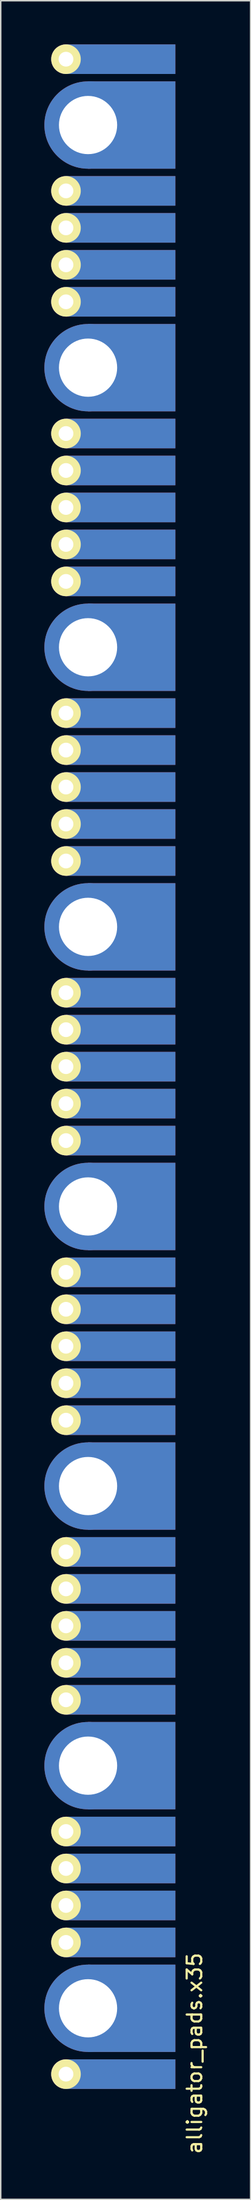
<source format=kicad_pcb>
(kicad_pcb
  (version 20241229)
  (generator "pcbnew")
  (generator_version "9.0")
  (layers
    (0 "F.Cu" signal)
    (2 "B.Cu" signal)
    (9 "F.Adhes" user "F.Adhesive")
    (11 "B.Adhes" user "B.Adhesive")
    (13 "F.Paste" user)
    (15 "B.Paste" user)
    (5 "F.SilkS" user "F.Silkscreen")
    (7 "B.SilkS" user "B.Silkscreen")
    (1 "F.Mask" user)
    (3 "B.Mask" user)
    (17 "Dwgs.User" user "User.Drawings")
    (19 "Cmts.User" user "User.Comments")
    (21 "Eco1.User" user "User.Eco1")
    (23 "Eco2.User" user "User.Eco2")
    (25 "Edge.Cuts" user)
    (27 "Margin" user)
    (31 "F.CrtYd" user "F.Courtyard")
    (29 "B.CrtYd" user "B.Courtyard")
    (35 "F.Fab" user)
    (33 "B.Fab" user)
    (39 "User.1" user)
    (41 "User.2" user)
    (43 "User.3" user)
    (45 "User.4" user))
  (footprint "alligator_pads.x35"
    (layer "F.Cu")
    (at 4.5 70.208)
    (property "Reference" "alligator_pads.x35" (at 5.822 67.804 90) (layer "F.SilkS") (effects (font (size 1 1) (thickness 0.15))))
    (attr through_hole)
    (pad "1" thru_hole circle (at -3.016 -69.192) (size 2.032 2.032) (drill 1.016) (layers "*.Cu" "*.Mask" "F.SilkS"))
    (pad "1" thru_hole circle (at -3.016 -60.144) (size 2.032 2.032) (drill 1.016) (layers "*.Cu" "*.Mask" "F.SilkS"))
    (pad "1" thru_hole circle (at -1.5 -64.668) (size 6 6) (drill 4) (layers "*.Cu" "*.Mask"))
    (pad "1" smd rect (at 0.742 -69.192) (size 7.516 2.032) (layers "F.Cu" "F.Mask" "F.Paste"))
    (pad "1" smd rect (at 0.742 -69.192) (size 7.516 2.032) (layers "F.Mask" "B.Cu" "F.Paste"))
    (pad "1" smd rect (at 0.742 -60.144) (size 7.516 2.032) (layers "F.Cu" "F.Mask" "F.Paste"))
    (pad "1" smd rect (at 0.742 -60.144) (size 7.516 2.032) (layers "F.Mask" "B.Cu" "F.Paste"))
    (pad "1" smd rect (at 1.5 -64.668) (size 6 6) (layers "F.Cu" "F.Mask" "F.Paste"))
    (pad "1" smd rect (at 1.5 -64.668) (size 6 6) (layers "F.Mask" "B.Cu" "F.Paste"))
    (pad "2" thru_hole circle (at -3.016 -57.604) (size 2.032 2.032) (drill 1.016) (layers "*.Cu" "*.Mask" "F.SilkS"))
    (pad "2" smd rect (at 0.742 -57.604) (size 7.516 2.032) (layers "F.Cu" "F.Mask" "F.Paste"))
    (pad "2" smd rect (at 0.742 -57.604) (size 7.516 2.032) (layers "F.Mask" "B.Cu" "F.Paste"))
    (pad "3" thru_hole circle (at -3.016 -55.064) (size 2.032 2.032) (drill 1.016) (layers "*.Cu" "*.Mask" "F.SilkS"))
    (pad "3" smd rect (at 0.742 -55.064) (size 7.516 2.032) (layers "F.Cu" "F.Mask" "F.Paste"))
    (pad "3" smd rect (at 0.742 -55.064) (size 7.516 2.032) (layers "F.Mask" "B.Cu" "F.Paste"))
    (pad "4" thru_hole circle (at -3.016 -52.524) (size 2.032 2.032) (drill 1.016) (layers "*.Cu" "*.Mask" "F.SilkS"))
    (pad "4" thru_hole circle (at -3.016 -43.476) (size 2.032 2.032) (drill 1.016) (layers "*.Cu" "*.Mask" "F.SilkS"))
    (pad "4" thru_hole circle (at -1.5 -48) (size 6 6) (drill 4) (layers "*.Cu" "*.Mask"))
    (pad "4" smd rect (at 0.742 -52.524) (size 7.516 2.032) (layers "F.Cu" "F.Mask" "F.Paste"))
    (pad "4" smd rect (at 0.742 -52.524) (size 7.516 2.032) (layers "F.Mask" "B.Cu" "F.Paste"))
    (pad "4" smd rect (at 0.742 -43.476) (size 7.516 2.032) (layers "F.Cu" "F.Mask" "F.Paste"))
    (pad "4" smd rect (at 0.742 -43.476) (size 7.516 2.032) (layers "F.Mask" "B.Cu" "F.Paste"))
    (pad "4" smd rect (at 1.5 -48) (size 6 6) (layers "F.Cu" "F.Mask" "F.Paste"))
    (pad "4" smd rect (at 1.5 -48) (size 6 6) (layers "F.Mask" "B.Cu" "F.Paste"))
    (pad "5" thru_hole circle (at -3.016 -40.936) (size 2.032 2.032) (drill 1.016) (layers "*.Cu" "*.Mask" "F.SilkS"))
    (pad "5" smd rect (at 0.742 -40.936) (size 7.516 2.032) (layers "F.Cu" "F.Mask" "F.Paste"))
    (pad "5" smd rect (at 0.742 -40.936) (size 7.516 2.032) (layers "F.Mask" "B.Cu" "F.Paste"))
    (pad "6" thru_hole circle (at -3.016 -38.396) (size 2.032 2.032) (drill 1.016) (layers "*.Cu" "*.Mask" "F.SilkS"))
    (pad "6" smd rect (at 0.742 -38.396) (size 7.516 2.032) (layers "F.Cu" "F.Mask" "F.Paste"))
    (pad "6" smd rect (at 0.742 -38.396) (size 7.516 2.032) (layers "F.Mask" "B.Cu" "F.Paste"))
    (pad "7" thru_hole circle (at -3.016 -35.856) (size 2.032 2.032) (drill 1.016) (layers "*.Cu" "*.Mask" "F.SilkS"))
    (pad "7" thru_hole circle (at -3.016 -33.316) (size 2.032 2.032) (drill 1.016) (layers "*.Cu" "*.Mask" "F.SilkS"))
    (pad "7" smd rect (at 0.742 -35.856) (size 7.516 2.032) (layers "F.Cu" "F.Mask" "F.Paste"))
    (pad "7" smd rect (at 0.742 -35.856) (size 7.516 2.032) (layers "F.Mask" "B.Cu" "F.Paste"))
    (pad "8" thru_hole circle (at -3.016 -24.268) (size 2.032 2.032) (drill 1.016) (layers "*.Cu" "*.Mask" "F.SilkS"))
    (pad "8" thru_hole circle (at -1.5 -28.792) (size 6 6) (drill 4) (layers "*.Cu" "*.Mask"))
    (pad "8" smd rect (at 0.742 -33.316) (size 7.516 2.032) (layers "F.Cu" "F.Mask" "F.Paste"))
    (pad "8" smd rect (at 0.742 -33.316) (size 7.516 2.032) (layers "F.Mask" "B.Cu" "F.Paste"))
    (pad "8" smd rect (at 0.742 -24.268) (size 7.516 2.032) (layers "F.Cu" "F.Mask" "F.Paste"))
    (pad "8" smd rect (at 0.742 -24.268) (size 7.516 2.032) (layers "F.Mask" "B.Cu" "F.Paste"))
    (pad "8" smd rect (at 1.5 -28.792) (size 6 6) (layers "F.Cu" "F.Mask" "F.Paste"))
    (pad "8" smd rect (at 1.5 -28.792) (size 6 6) (layers "F.Mask" "B.Cu" "F.Paste"))
    (pad "9" thru_hole circle (at -3.016 -21.728) (size 2.032 2.032) (drill 1.016) (layers "*.Cu" "*.Mask" "F.SilkS"))
    (pad "9" smd rect (at 0.742 -21.728) (size 7.516 2.032) (layers "F.Cu" "F.Mask" "F.Paste"))
    (pad "9" smd rect (at 0.742 -21.728) (size 7.516 2.032) (layers "F.Mask" "B.Cu" "F.Paste"))
    (pad "10" thru_hole circle (at -3.016 -19.188) (size 2.032 2.032) (drill 1.016) (layers "*.Cu" "*.Mask" "F.SilkS"))
    (pad "10" smd rect (at 0.742 -19.188) (size 7.516 2.032) (layers "F.Cu" "F.Mask" "F.Paste"))
    (pad "10" smd rect (at 0.742 -19.188) (size 7.516 2.032) (layers "F.Mask" "B.Cu" "F.Paste"))
    (pad "11" thru_hole circle (at -3.016 -16.648) (size 2.032 2.032) (drill 1.016) (layers "*.Cu" "*.Mask" "F.SilkS"))
    (pad "11" smd rect (at 0.742 -16.648) (size 7.516 2.032) (layers "F.Cu" "F.Mask" "F.Paste"))
    (pad "11" smd rect (at 0.742 -16.648) (size 7.516 2.032) (layers "F.Mask" "B.Cu" "F.Paste"))
    (pad "12" thru_hole circle (at -3.016 -14.108) (size 2.032 2.032) (drill 1.016) (layers "*.Cu" "*.Mask" "F.SilkS"))
    (pad "12" smd rect (at 0.742 -14.108) (size 7.516 2.032) (layers "F.Cu" "F.Mask" "F.Paste"))
    (pad "12" smd rect (at 0.742 -14.108) (size 7.516 2.032) (layers "F.Mask" "B.Cu" "F.Paste"))
    (pad "13" thru_hole circle (at -1.5 -9.584) (size 6 6) (drill 4) (layers "*.Cu" "*.Mask"))
    (pad "13" smd rect (at 1.5 -9.584) (size 6 6) (layers "F.Cu" "F.Mask" "F.Paste"))
    (pad "13" smd rect (at 1.5 -9.584) (size 6 6) (layers "F.Mask" "B.Cu" "F.Paste"))
    (pad "14" thru_hole circle (at -3.016 -5.06) (size 2.032 2.032) (drill 1.016) (layers "*.Cu" "*.Mask" "F.SilkS"))
    (pad "14" smd rect (at 0.742 -5.06) (size 7.516 2.032) (layers "F.Cu" "F.Mask" "F.Paste"))
    (pad "14" smd rect (at 0.742 -5.06) (size 7.516 2.032) (layers "F.Mask" "B.Cu" "F.Paste"))
    (pad "15" thru_hole circle (at -3.016 -2.52) (size 2.032 2.032) (drill 1.016) (layers "*.Cu" "*.Mask" "F.SilkS"))
    (pad "15" smd rect (at 0.742 -2.52) (size 7.516 2.032) (layers "F.Cu" "F.Mask" "F.Paste"))
    (pad "15" smd rect (at 0.742 -2.52) (size 7.516 2.032) (layers "F.Mask" "B.Cu" "F.Paste"))
    (pad "16" thru_hole circle (at -3.016 0.02) (size 2.032 2.032) (drill 1.016) (layers "*.Cu" "*.Mask" "F.SilkS"))
    (pad "16" smd rect (at 0.742 0.02) (size 7.516 2.032) (layers "F.Cu" "F.Mask" "F.Paste"))
    (pad "16" smd rect (at 0.742 0.02) (size 7.516 2.032) (layers "F.Mask" "B.Cu" "F.Paste"))
    (pad "17" thru_hole circle (at -3.016 2.56) (size 2.032 2.032) (drill 1.016) (layers "*.Cu" "*.Mask" "F.SilkS"))
    (pad "17" smd rect (at 0.742 2.56) (size 7.516 2.032) (layers "F.Cu" "F.Mask" "F.Paste"))
    (pad "17" smd rect (at 0.742 2.56) (size 7.516 2.032) (layers "F.Mask" "B.Cu" "F.Paste"))
    (pad "18" thru_hole circle (at -3.016 5.1) (size 2.032 2.032) (drill 1.016) (layers "*.Cu" "*.Mask" "F.SilkS"))
    (pad "18" smd rect (at 0.742 5.1) (size 7.516 2.032) (layers "F.Cu" "F.Mask" "F.Paste"))
    (pad "18" smd rect (at 0.742 5.1) (size 7.516 2.032) (layers "F.Mask" "B.Cu" "F.Paste"))
    (pad "19" thru_hole circle (at -1.5 9.624) (size 6 6) (drill 4) (layers "*.Cu" "*.Mask"))
    (pad "19" smd rect (at 1.5 9.624) (size 6 6) (layers "F.Cu" "F.Mask" "F.Paste"))
    (pad "19" smd rect (at 1.5 9.624) (size 6 6) (layers "F.Mask" "B.Cu" "F.Paste"))
    (pad "20" thru_hole circle (at -3.016 14.148) (size 2.032 2.032) (drill 1.016) (layers "*.Cu" "*.Mask" "F.SilkS"))
    (pad "20" smd rect (at 0.742 14.148) (size 7.516 2.032) (layers "F.Cu" "F.Mask" "F.Paste"))
    (pad "20" smd rect (at 0.742 14.148) (size 7.516 2.032) (layers "F.Mask" "B.Cu" "F.Paste"))
    (pad "21" thru_hole circle (at -3.016 16.688) (size 2.032 2.032) (drill 1.016) (layers "*.Cu" "*.Mask" "F.SilkS"))
    (pad "21" smd rect (at 0.742 16.688) (size 7.516 2.032) (layers "F.Cu" "F.Mask" "F.Paste"))
    (pad "21" smd rect (at 0.742 16.688) (size 7.516 2.032) (layers "F.Mask" "B.Cu" "F.Paste"))
    (pad "22" thru_hole circle (at -3.016 19.228) (size 2.032 2.032) (drill 1.016) (layers "*.Cu" "*.Mask" "F.SilkS"))
    (pad "22" smd rect (at 0.742 19.228) (size 7.516 2.032) (layers "F.Cu" "F.Mask" "F.Paste"))
    (pad "22" smd rect (at 0.742 19.228) (size 7.516 2.032) (layers "F.Mask" "B.Cu" "F.Paste"))
    (pad "23" thru_hole circle (at -3.016 21.768) (size 2.032 2.032) (drill 1.016) (layers "*.Cu" "*.Mask" "F.SilkS"))
    (pad "23" smd rect (at 0.742 21.768) (size 7.516 2.032) (layers "F.Cu" "F.Mask" "F.Paste"))
    (pad "23" smd rect (at 0.742 21.768) (size 7.516 2.032) (layers "F.Mask" "B.Cu" "F.Paste"))
    (pad "24" thru_hole circle (at -3.016 24.308) (size 2.032 2.032) (drill 1.016) (layers "*.Cu" "*.Mask" "F.SilkS"))
    (pad "24" smd rect (at 0.742 24.308) (size 7.516 2.032) (layers "F.Cu" "F.Mask" "F.Paste"))
    (pad "24" smd rect (at 0.742 24.308) (size 7.516 2.032) (layers "F.Mask" "B.Cu" "F.Paste"))
    (pad "25" thru_hole circle (at -1.5 28.832) (size 6 6) (drill 4) (layers "*.Cu" "*.Mask"))
    (pad "25" smd rect (at 1.5 28.832) (size 6 6) (layers "F.Cu" "F.Mask" "F.Paste"))
    (pad "25" smd rect (at 1.5 28.832) (size 6 6) (layers "F.Mask" "B.Cu" "F.Paste"))
    (pad "26" thru_hole circle (at -3.016 33.356) (size 2.032 2.032) (drill 1.016) (layers "*.Cu" "*.Mask" "F.SilkS"))
    (pad "26" smd rect (at 0.742 33.356) (size 7.516 2.032) (layers "F.Cu" "F.Mask" "F.Paste"))
    (pad "26" smd rect (at 0.742 33.356) (size 7.516 2.032) (layers "F.Mask" "B.Cu" "F.Paste"))
    (pad "27" thru_hole circle (at -3.016 35.896) (size 2.032 2.032) (drill 1.016) (layers "*.Cu" "*.Mask" "F.SilkS"))
    (pad "27" smd rect (at 0.742 35.896) (size 7.516 2.032) (layers "F.Cu" "F.Mask" "F.Paste"))
    (pad "27" smd rect (at 0.742 35.896) (size 7.516 2.032) (layers "F.Mask" "B.Cu" "F.Paste"))
    (pad "28" thru_hole circle (at -3.016 38.436) (size 2.032 2.032) (drill 1.016) (layers "*.Cu" "*.Mask" "F.SilkS"))
    (pad "28" smd rect (at 0.742 38.436) (size 7.516 2.032) (layers "F.Cu" "F.Mask" "F.Paste"))
    (pad "28" smd rect (at 0.742 38.436) (size 7.516 2.032) (layers "F.Mask" "B.Cu" "F.Paste"))
    (pad "29" thru_hole circle (at -3.016 40.976) (size 2.032 2.032) (drill 1.016) (layers "*.Cu" "*.Mask" "F.SilkS"))
    (pad "29" smd rect (at 0.742 40.976) (size 7.516 2.032) (layers "F.Cu" "F.Mask" "F.Paste"))
    (pad "29" smd rect (at 0.742 40.976) (size 7.516 2.032) (layers "F.Mask" "B.Cu" "F.Paste"))
    (pad "30" thru_hole circle (at -3.016 43.516) (size 2.032 2.032) (drill 1.016) (layers "*.Cu" "*.Mask" "F.SilkS"))
    (pad "30" smd rect (at 0.742 43.516) (size 7.516 2.032) (layers "F.Cu" "F.Mask" "F.Paste"))
    (pad "30" smd rect (at 0.742 43.516) (size 7.516 2.032) (layers "F.Mask" "B.Cu" "F.Paste"))
    (pad "31" thru_hole circle (at -1.5 48.04) (size 6 6) (drill 4) (layers "*.Cu" "*.Mask"))
    (pad "31" smd rect (at 1.5 48.04) (size 6 6) (layers "F.Cu" "F.Mask" "F.Paste"))
    (pad "31" smd rect (at 1.5 48.04) (size 6 6) (layers "F.Mask" "B.Cu" "F.Paste"))
    (pad "32" thru_hole circle (at -3.016 52.564) (size 2.032 2.032) (drill 1.016) (layers "*.Cu" "*.Mask" "F.SilkS"))
    (pad "32" smd rect (at 0.742 52.564) (size 7.516 2.032) (layers "F.Cu" "F.Mask" "F.Paste"))
    (pad "32" smd rect (at 0.742 52.564) (size 7.516 2.032) (layers "F.Mask" "B.Cu" "F.Paste"))
    (pad "33" thru_hole circle (at -3.016 55.104) (size 2.032 2.032) (drill 1.016) (layers "*.Cu" "*.Mask" "F.SilkS"))
    (pad "33" smd rect (at 0.742 55.104) (size 7.516 2.032) (layers "F.Cu" "F.Mask" "F.Paste"))
    (pad "33" smd rect (at 0.742 55.104) (size 7.516 2.032) (layers "F.Mask" "B.Cu" "F.Paste"))
    (pad "34" thru_hole circle (at -3.016 57.644) (size 2.032 2.032) (drill 1.016) (layers "*.Cu" "*.Mask" "F.SilkS"))
    (pad "34" smd rect (at 0.742 57.644) (size 7.516 2.032) (layers "F.Cu" "F.Mask" "F.Paste"))
    (pad "34" smd rect (at 0.742 57.644) (size 7.516 2.032) (layers "F.Mask" "B.Cu" "F.Paste"))
    (pad "35" thru_hole circle (at -3.016 60.184) (size 2.032 2.032) (drill 1.016) (layers "*.Cu" "*.Mask" "F.SilkS"))
    (pad "35" thru_hole circle (at -3.016 69.232) (size 2.032 2.032) (drill 1.016) (layers "*.Cu" "*.Mask" "F.SilkS"))
    (pad "35" thru_hole circle (at -1.5 64.708) (size 6 6) (drill 4) (layers "*.Cu" "*.Mask"))
    (pad "35" smd rect (at 0.742 60.184) (size 7.516 2.032) (layers "F.Cu" "F.Mask" "F.Paste"))
    (pad "35" smd rect (at 0.742 60.184) (size 7.516 2.032) (layers "F.Mask" "B.Cu" "F.Paste"))
    (pad "35" smd rect (at 0.742 69.232) (size 7.516 2.032) (layers "F.Cu" "F.Mask" "F.Paste"))
    (pad "35" smd rect (at 0.742 69.232) (size 7.516 2.032) (layers "F.Mask" "B.Cu" "F.Paste"))
    (pad "35" smd rect (at 1.5 64.708) (size 6 6) (layers "F.Cu" "F.Mask" "F.Paste"))
    (pad "35" smd rect (at 1.5 64.708) (size 6 6) (layers "F.Mask" "B.Cu" "F.Paste")))
  (gr_rect
    (start -3 -3)
    (end 14.17 148.042)
    (stroke (width 0.1) (type default))
    (fill no)
    (layer "Edge.Cuts")))
</source>
